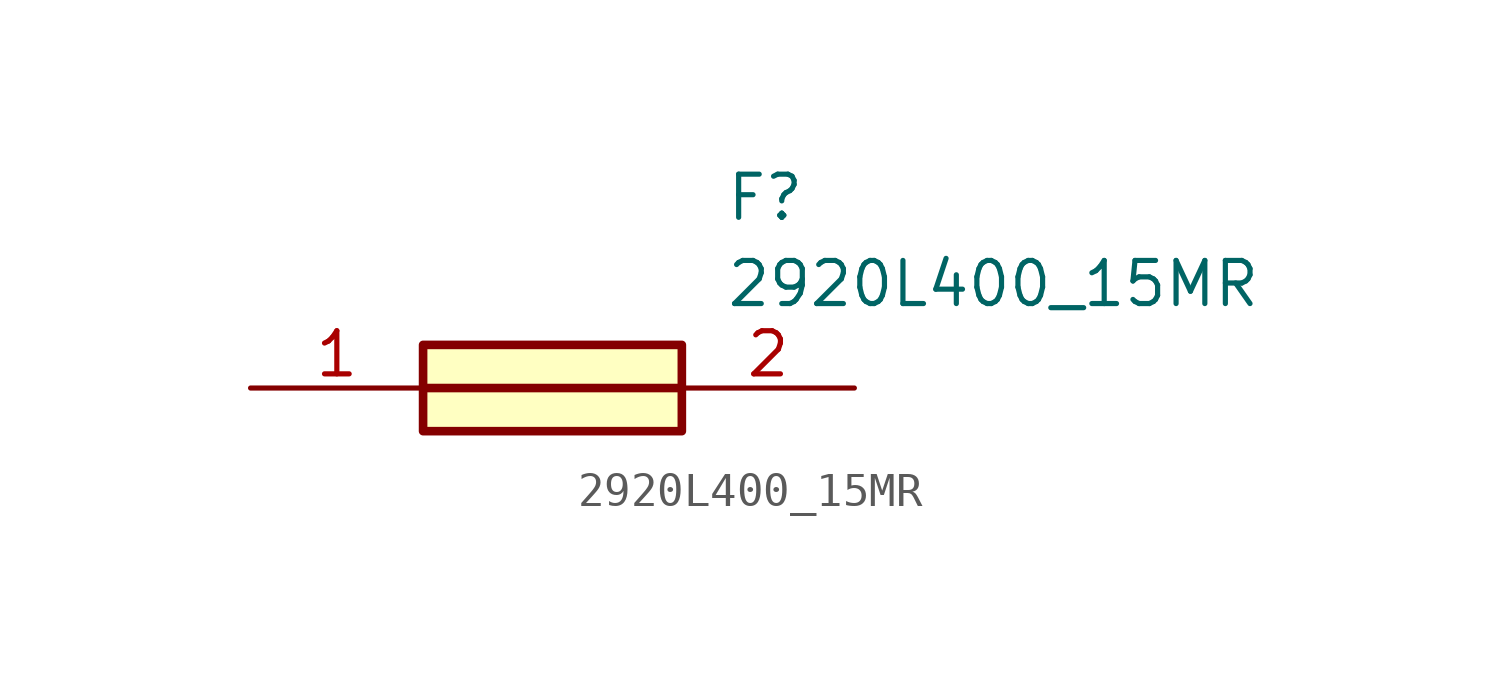
<source format=kicad_sym>
(kicad_symbol_lib
  (version 20211014)
  (generator SamacSys_ECAD_Model)
  (symbol "2920L400_15MR"
    (pin_names hide)
    (property "Reference" "F"
      (at 13.97 6.35 0)
      (effects (font (size 1.27 1.27)) (justify left top)))
    (property "Value" "2920L400_15MR"
      (at 13.97 3.81 0)
      (effects (font (size 1.27 1.27)) (justify left top)))
    (rectangle
      (start 5.08 1.27)
      (end 12.7 -1.27)
      (stroke (width 0.254) (type default))
      (fill (type background)))
    (polyline
      (pts (xy 5.08 0) (xy 12.7 0))
      (stroke (width 0.254) (type default))
      (fill (type none)))
    (pin passive line
      (at 0 0 0)
      (length 5.08)
      (name "1" (effects (font (size 1.27 1.27))))
      (number "1" (effects (font (size 1.27 1.27)))))
    (pin passive line
      (at 17.78 0 180)
      (length 5.08)
      (name "2" (effects (font (size 1.27 1.27))))
      (number "2" (effects (font (size 1.27 1.27)))))))
</source>
